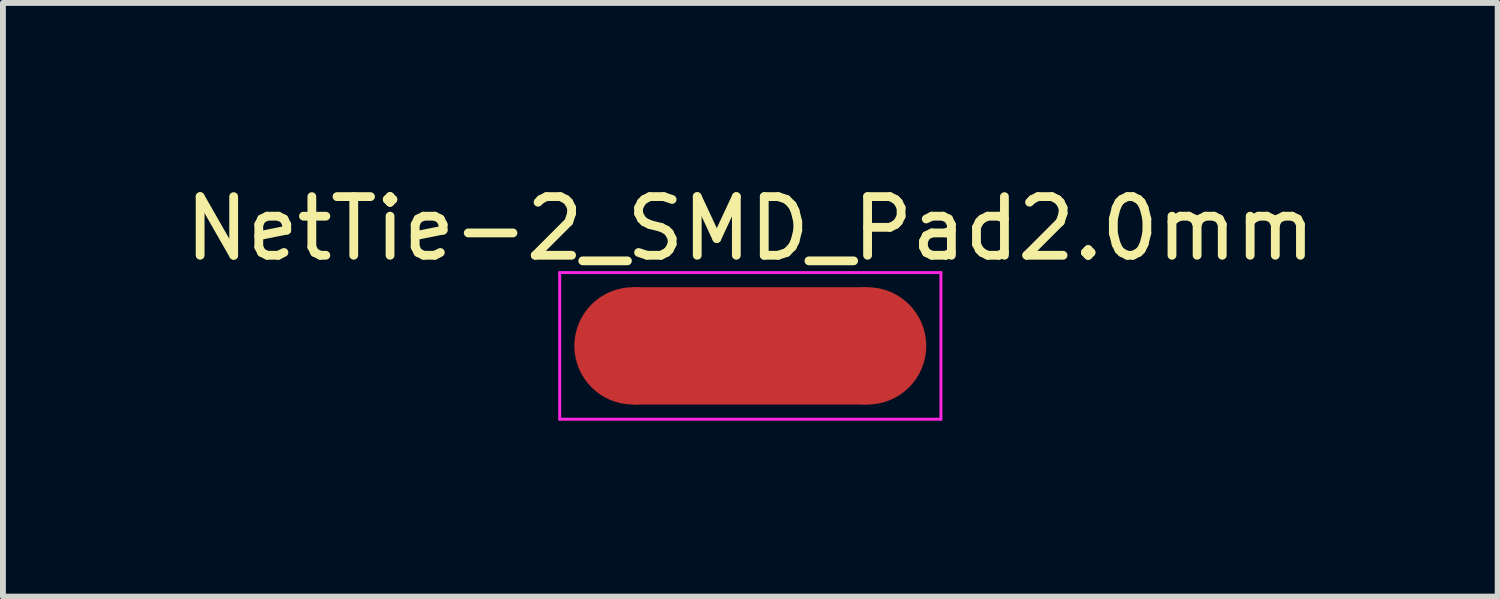
<source format=kicad_pcb>
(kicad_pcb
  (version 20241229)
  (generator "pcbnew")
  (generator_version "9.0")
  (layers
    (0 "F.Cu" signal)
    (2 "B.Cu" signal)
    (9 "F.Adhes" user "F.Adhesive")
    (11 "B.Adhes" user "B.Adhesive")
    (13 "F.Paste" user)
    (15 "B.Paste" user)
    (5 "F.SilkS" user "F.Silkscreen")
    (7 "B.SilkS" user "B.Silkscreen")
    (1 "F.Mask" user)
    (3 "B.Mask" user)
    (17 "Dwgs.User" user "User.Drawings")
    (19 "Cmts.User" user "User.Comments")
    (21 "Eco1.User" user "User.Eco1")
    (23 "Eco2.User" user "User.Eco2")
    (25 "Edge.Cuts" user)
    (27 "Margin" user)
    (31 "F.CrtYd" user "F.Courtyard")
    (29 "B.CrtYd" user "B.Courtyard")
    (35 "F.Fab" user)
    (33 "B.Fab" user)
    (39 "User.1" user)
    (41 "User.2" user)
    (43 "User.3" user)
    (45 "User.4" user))
  (footprint "NetTie-2_SMD_Pad2.0mm"
    (layer "F.Cu")
    (at 9.744 2.848)
    (property "Reference" "NetTie-2_SMD_Pad2.0mm" (at 0 -2 0) (layer "F.SilkS") (effects (font (size 1 1) (thickness 0.15))))
    (attr exclude_from_pos_files exclude_from_bom)
    (fp_poly (pts (xy -2 -1) (xy 2 -1) (xy 2 1) (xy -2 1)) (stroke (width 0) (type solid)) (fill yes) (layer "F.Cu"))
    (fp_line (start -3.25 -1.25) (end 3.25 -1.25) (stroke (width 0.05) (type solid)) (layer "F.CrtYd"))
    (fp_line (start -3.25 1.25) (end -3.25 -1.25) (stroke (width 0.05) (type solid)) (layer "F.CrtYd"))
    (fp_line (start 3.25 -1.25) (end 3.25 1.25) (stroke (width 0.05) (type solid)) (layer "F.CrtYd"))
    (fp_line (start 3.25 1.25) (end -3.25 1.25) (stroke (width 0.05) (type solid)) (layer "F.CrtYd"))
    (pad "1" smd circle (at -2 0) (size 2 2) (layers "F.Cu"))
    (pad "2" smd circle (at 2 0) (size 2 2) (layers "F.Cu")))
  (gr_rect
    (start -3 -3)
    (end 22.488 7.123)
    (stroke (width 0.1) (type default))
    (fill no)
    (layer "Edge.Cuts")))
</source>
